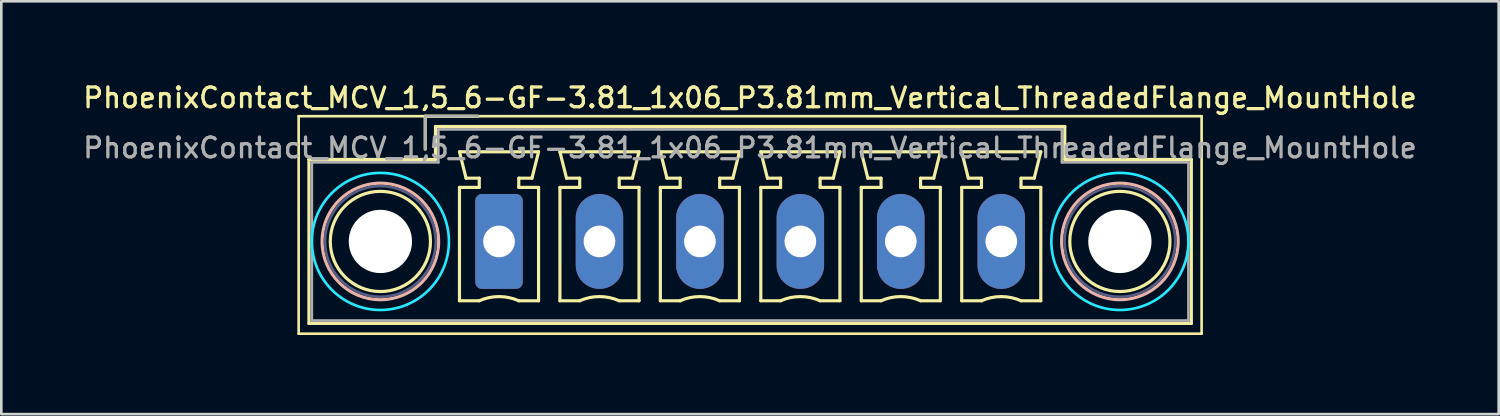
<source format=kicad_pcb>
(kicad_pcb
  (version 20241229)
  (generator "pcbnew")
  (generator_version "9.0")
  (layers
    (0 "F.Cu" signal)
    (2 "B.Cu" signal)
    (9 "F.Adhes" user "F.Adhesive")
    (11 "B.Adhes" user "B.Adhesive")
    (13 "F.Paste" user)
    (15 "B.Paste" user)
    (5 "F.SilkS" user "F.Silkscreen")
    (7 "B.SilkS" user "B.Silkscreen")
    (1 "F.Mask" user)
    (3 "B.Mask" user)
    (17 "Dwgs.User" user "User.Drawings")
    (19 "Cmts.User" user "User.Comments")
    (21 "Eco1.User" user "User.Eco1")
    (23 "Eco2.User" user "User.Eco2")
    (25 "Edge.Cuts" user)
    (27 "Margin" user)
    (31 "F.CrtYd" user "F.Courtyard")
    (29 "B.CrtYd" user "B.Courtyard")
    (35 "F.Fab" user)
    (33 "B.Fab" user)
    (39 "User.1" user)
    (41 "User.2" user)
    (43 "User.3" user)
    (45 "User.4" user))
  (footprint "PhoenixContact_MCV_1,5_6-GF-3.81_1x06_P3.81mm_Vertical_ThreadedFlange_MountHole"
    (layer "F.Cu")
    (at 15.878 6.108)
    (property "Reference" "PhoenixContact_MCV_1,5_6-GF-3.81_1x06_P3.81mm_Vertical_ThreadedFlange_MountHole" (at 9.52 -5.45 0) (layer "F.SilkS") (effects (font (size 0.75 0.75) (thickness 0.125))))
    (attr through_hole)
    (fp_line (start -7.6 -4.75) (end -7.6 3.5) (stroke (width 0.1) (type solid)) (layer "F.SilkS"))
    (fp_line (start -7.6 3.5) (end 26.65 3.5) (stroke (width 0.1) (type solid)) (layer "F.SilkS"))
    (fp_line (start -7.21 -3.11) (end -7.21 3.11) (stroke (width 0.12) (type solid)) (layer "F.SilkS"))
    (fp_line (start -7.21 3.11) (end 26.26 3.11) (stroke (width 0.12) (type solid)) (layer "F.SilkS"))
    (fp_line (start -2.8 -4.75) (end -0.8 -4.75) (stroke (width 0.12) (type solid)) (layer "F.SilkS"))
    (fp_line (start -2.8 -3.5) (end -2.8 -4.75) (stroke (width 0.12) (type solid)) (layer "F.SilkS"))
    (fp_line (start -2.41 -4.36) (end -2.41 -3.11) (stroke (width 0.12) (type solid)) (layer "F.SilkS"))
    (fp_line (start -2.41 -3.11) (end -7.21 -3.11) (stroke (width 0.12) (type solid)) (layer "F.SilkS"))
    (fp_line (start -1.5 -3.4) (end 1.5 -3.4) (stroke (width 0.12) (type solid)) (layer "F.SilkS"))
    (fp_line (start -1.5 -2.05) (end -0.75 -2.05) (stroke (width 0.12) (type solid)) (layer "F.SilkS"))
    (fp_line (start -1.5 2.25) (end -1.5 -2.05) (stroke (width 0.12) (type solid)) (layer "F.SilkS"))
    (fp_line (start -1.25 -2.4) (end -1.5 -3.4) (stroke (width 0.12) (type solid)) (layer "F.SilkS"))
    (fp_line (start -0.75 -2.4) (end -1.25 -2.4) (stroke (width 0.12) (type solid)) (layer "F.SilkS"))
    (fp_line (start -0.75 -2.05) (end -0.75 -2.4) (stroke (width 0.12) (type solid)) (layer "F.SilkS"))
    (fp_line (start -0.75 2.25) (end -1.5 2.25) (stroke (width 0.12) (type solid)) (layer "F.SilkS"))
    (fp_line (start 0.75 -2.4) (end 0.75 -2.05) (stroke (width 0.12) (type solid)) (layer "F.SilkS"))
    (fp_line (start 0.75 -2.05) (end 1.5 -2.05) (stroke (width 0.12) (type solid)) (layer "F.SilkS"))
    (fp_line (start 1.25 -2.4) (end 0.75 -2.4) (stroke (width 0.12) (type solid)) (layer "F.SilkS"))
    (fp_line (start 1.5 -3.4) (end 1.25 -2.4) (stroke (width 0.12) (type solid)) (layer "F.SilkS"))
    (fp_line (start 1.5 -2.05) (end 1.5 2.25) (stroke (width 0.12) (type solid)) (layer "F.SilkS"))
    (fp_line (start 1.5 2.25) (end 0.75 2.25) (stroke (width 0.12) (type solid)) (layer "F.SilkS"))
    (fp_line (start 2.31 -3.4) (end 5.31 -3.4) (stroke (width 0.12) (type solid)) (layer "F.SilkS"))
    (fp_line (start 2.31 -2.05) (end 3.06 -2.05) (stroke (width 0.12) (type solid)) (layer "F.SilkS"))
    (fp_line (start 2.31 2.25) (end 2.31 -2.05) (stroke (width 0.12) (type solid)) (layer "F.SilkS"))
    (fp_line (start 2.56 -2.4) (end 2.31 -3.4) (stroke (width 0.12) (type solid)) (layer "F.SilkS"))
    (fp_line (start 3.06 -2.4) (end 2.56 -2.4) (stroke (width 0.12) (type solid)) (layer "F.SilkS"))
    (fp_line (start 3.06 -2.05) (end 3.06 -2.4) (stroke (width 0.12) (type solid)) (layer "F.SilkS"))
    (fp_line (start 3.06 2.25) (end 2.31 2.25) (stroke (width 0.12) (type solid)) (layer "F.SilkS"))
    (fp_line (start 4.56 -2.4) (end 4.56 -2.05) (stroke (width 0.12) (type solid)) (layer "F.SilkS"))
    (fp_line (start 4.56 -2.05) (end 5.31 -2.05) (stroke (width 0.12) (type solid)) (layer "F.SilkS"))
    (fp_line (start 5.06 -2.4) (end 4.56 -2.4) (stroke (width 0.12) (type solid)) (layer "F.SilkS"))
    (fp_line (start 5.31 -3.4) (end 5.06 -2.4) (stroke (width 0.12) (type solid)) (layer "F.SilkS"))
    (fp_line (start 5.31 -2.05) (end 5.31 2.25) (stroke (width 0.12) (type solid)) (layer "F.SilkS"))
    (fp_line (start 5.31 2.25) (end 4.56 2.25) (stroke (width 0.12) (type solid)) (layer "F.SilkS"))
    (fp_line (start 6.12 -3.4) (end 9.12 -3.4) (stroke (width 0.12) (type solid)) (layer "F.SilkS"))
    (fp_line (start 6.12 -2.05) (end 6.87 -2.05) (stroke (width 0.12) (type solid)) (layer "F.SilkS"))
    (fp_line (start 6.12 2.25) (end 6.12 -2.05) (stroke (width 0.12) (type solid)) (layer "F.SilkS"))
    (fp_line (start 6.37 -2.4) (end 6.12 -3.4) (stroke (width 0.12) (type solid)) (layer "F.SilkS"))
    (fp_line (start 6.87 -2.4) (end 6.37 -2.4) (stroke (width 0.12) (type solid)) (layer "F.SilkS"))
    (fp_line (start 6.87 -2.05) (end 6.87 -2.4) (stroke (width 0.12) (type solid)) (layer "F.SilkS"))
    (fp_line (start 6.87 2.25) (end 6.12 2.25) (stroke (width 0.12) (type solid)) (layer "F.SilkS"))
    (fp_line (start 8.37 -2.4) (end 8.37 -2.05) (stroke (width 0.12) (type solid)) (layer "F.SilkS"))
    (fp_line (start 8.37 -2.05) (end 9.12 -2.05) (stroke (width 0.12) (type solid)) (layer "F.SilkS"))
    (fp_line (start 8.87 -2.4) (end 8.37 -2.4) (stroke (width 0.12) (type solid)) (layer "F.SilkS"))
    (fp_line (start 9.12 -3.4) (end 8.87 -2.4) (stroke (width 0.12) (type solid)) (layer "F.SilkS"))
    (fp_line (start 9.12 -2.05) (end 9.12 2.25) (stroke (width 0.12) (type solid)) (layer "F.SilkS"))
    (fp_line (start 9.12 2.25) (end 8.37 2.25) (stroke (width 0.12) (type solid)) (layer "F.SilkS"))
    (fp_line (start 9.93 -3.4) (end 12.93 -3.4) (stroke (width 0.12) (type solid)) (layer "F.SilkS"))
    (fp_line (start 9.93 -2.05) (end 10.68 -2.05) (stroke (width 0.12) (type solid)) (layer "F.SilkS"))
    (fp_line (start 9.93 2.25) (end 9.93 -2.05) (stroke (width 0.12) (type solid)) (layer "F.SilkS"))
    (fp_line (start 10.18 -2.4) (end 9.93 -3.4) (stroke (width 0.12) (type solid)) (layer "F.SilkS"))
    (fp_line (start 10.68 -2.4) (end 10.18 -2.4) (stroke (width 0.12) (type solid)) (layer "F.SilkS"))
    (fp_line (start 10.68 -2.05) (end 10.68 -2.4) (stroke (width 0.12) (type solid)) (layer "F.SilkS"))
    (fp_line (start 10.68 2.25) (end 9.93 2.25) (stroke (width 0.12) (type solid)) (layer "F.SilkS"))
    (fp_line (start 12.18 -2.4) (end 12.18 -2.05) (stroke (width 0.12) (type solid)) (layer "F.SilkS"))
    (fp_line (start 12.18 -2.05) (end 12.93 -2.05) (stroke (width 0.12) (type solid)) (layer "F.SilkS"))
    (fp_line (start 12.68 -2.4) (end 12.18 -2.4) (stroke (width 0.12) (type solid)) (layer "F.SilkS"))
    (fp_line (start 12.93 -3.4) (end 12.68 -2.4) (stroke (width 0.12) (type solid)) (layer "F.SilkS"))
    (fp_line (start 12.93 -2.05) (end 12.93 2.25) (stroke (width 0.12) (type solid)) (layer "F.SilkS"))
    (fp_line (start 12.93 2.25) (end 12.18 2.25) (stroke (width 0.12) (type solid)) (layer "F.SilkS"))
    (fp_line (start 13.74 -3.4) (end 16.74 -3.4) (stroke (width 0.12) (type solid)) (layer "F.SilkS"))
    (fp_line (start 13.74 -2.05) (end 14.49 -2.05) (stroke (width 0.12) (type solid)) (layer "F.SilkS"))
    (fp_line (start 13.74 2.25) (end 13.74 -2.05) (stroke (width 0.12) (type solid)) (layer "F.SilkS"))
    (fp_line (start 13.99 -2.4) (end 13.74 -3.4) (stroke (width 0.12) (type solid)) (layer "F.SilkS"))
    (fp_line (start 14.49 -2.4) (end 13.99 -2.4) (stroke (width 0.12) (type solid)) (layer "F.SilkS"))
    (fp_line (start 14.49 -2.05) (end 14.49 -2.4) (stroke (width 0.12) (type solid)) (layer "F.SilkS"))
    (fp_line (start 14.49 2.25) (end 13.74 2.25) (stroke (width 0.12) (type solid)) (layer "F.SilkS"))
    (fp_line (start 15.99 -2.4) (end 15.99 -2.05) (stroke (width 0.12) (type solid)) (layer "F.SilkS"))
    (fp_line (start 15.99 -2.05) (end 16.74 -2.05) (stroke (width 0.12) (type solid)) (layer "F.SilkS"))
    (fp_line (start 16.49 -2.4) (end 15.99 -2.4) (stroke (width 0.12) (type solid)) (layer "F.SilkS"))
    (fp_line (start 16.74 -3.4) (end 16.49 -2.4) (stroke (width 0.12) (type solid)) (layer "F.SilkS"))
    (fp_line (start 16.74 -2.05) (end 16.74 2.25) (stroke (width 0.12) (type solid)) (layer "F.SilkS"))
    (fp_line (start 16.74 2.25) (end 15.99 2.25) (stroke (width 0.12) (type solid)) (layer "F.SilkS"))
    (fp_line (start 17.55 -3.4) (end 20.55 -3.4) (stroke (width 0.12) (type solid)) (layer "F.SilkS"))
    (fp_line (start 17.55 -2.05) (end 18.3 -2.05) (stroke (width 0.12) (type solid)) (layer "F.SilkS"))
    (fp_line (start 17.55 2.25) (end 17.55 -2.05) (stroke (width 0.12) (type solid)) (layer "F.SilkS"))
    (fp_line (start 17.8 -2.4) (end 17.55 -3.4) (stroke (width 0.12) (type solid)) (layer "F.SilkS"))
    (fp_line (start 18.3 -2.4) (end 17.8 -2.4) (stroke (width 0.12) (type solid)) (layer "F.SilkS"))
    (fp_line (start 18.3 -2.05) (end 18.3 -2.4) (stroke (width 0.12) (type solid)) (layer "F.SilkS"))
    (fp_line (start 18.3 2.25) (end 17.55 2.25) (stroke (width 0.12) (type solid)) (layer "F.SilkS"))
    (fp_line (start 19.8 -2.4) (end 19.8 -2.05) (stroke (width 0.12) (type solid)) (layer "F.SilkS"))
    (fp_line (start 19.8 -2.05) (end 20.55 -2.05) (stroke (width 0.12) (type solid)) (layer "F.SilkS"))
    (fp_line (start 20.3 -2.4) (end 19.8 -2.4) (stroke (width 0.12) (type solid)) (layer "F.SilkS"))
    (fp_line (start 20.55 -3.4) (end 20.3 -2.4) (stroke (width 0.12) (type solid)) (layer "F.SilkS"))
    (fp_line (start 20.55 -2.05) (end 20.55 2.25) (stroke (width 0.12) (type solid)) (layer "F.SilkS"))
    (fp_line (start 20.55 2.25) (end 19.8 2.25) (stroke (width 0.12) (type solid)) (layer "F.SilkS"))
    (fp_line (start 21.46 -4.36) (end -2.41 -4.36) (stroke (width 0.12) (type solid)) (layer "F.SilkS"))
    (fp_line (start 21.46 -3.11) (end 21.46 -4.36) (stroke (width 0.12) (type solid)) (layer "F.SilkS"))
    (fp_line (start 26.26 -3.11) (end 21.46 -3.11) (stroke (width 0.12) (type solid)) (layer "F.SilkS"))
    (fp_line (start 26.26 3.11) (end 26.26 -3.11) (stroke (width 0.12) (type solid)) (layer "F.SilkS"))
    (fp_line (start 26.65 -4.75) (end -7.6 -4.75) (stroke (width 0.1) (type solid)) (layer "F.SilkS"))
    (fp_line (start 26.65 3.5) (end 26.65 -4.75) (stroke (width 0.1) (type solid)) (layer "F.SilkS"))
    (fp_arc (start -0.75 2.25) (mid -0.000193 2.09191) (end 0.749647 2.249844) (stroke (width 0.12) (type solid)) (layer "F.SilkS"))
    (fp_arc (start 3.06 2.25) (mid 3.809807 2.09191) (end 4.559647 2.249844) (stroke (width 0.12) (type solid)) (layer "F.SilkS"))
    (fp_arc (start 6.87 2.25) (mid 7.619807 2.09191) (end 8.369647 2.249844) (stroke (width 0.12) (type solid)) (layer "F.SilkS"))
    (fp_arc (start 10.68 2.25) (mid 11.429807 2.09191) (end 12.179647 2.249844) (stroke (width 0.12) (type solid)) (layer "F.SilkS"))
    (fp_arc (start 14.49 2.25) (mid 15.239807 2.09191) (end 15.989647 2.249844) (stroke (width 0.12) (type solid)) (layer "F.SilkS"))
    (fp_arc (start 18.3 2.25) (mid 19.049807 2.09191) (end 19.799647 2.249844) (stroke (width 0.12) (type solid)) (layer "F.SilkS"))
    (fp_circle (center -4.5 0) (end -2.6 0) (stroke (width 0.12) (type solid)) (fill no) (layer "F.SilkS"))
    (fp_circle (center 23.55 0) (end 25.45 0) (stroke (width 0.12) (type solid)) (fill no) (layer "F.SilkS"))
    (fp_circle (center -4.5 0) (end -2.29 0) (stroke (width 0.12) (type solid)) (fill no) (layer "B.SilkS"))
    (fp_circle (center 23.55 0) (end 25.76 0) (stroke (width 0.12) (type solid)) (fill no) (layer "B.SilkS"))
    (fp_circle (center -4.5 0) (end -1.9 0) (stroke (width 0.1) (type solid)) (fill no) (layer "B.CrtYd"))
    (fp_circle (center 23.55 0) (end 26.15 0) (stroke (width 0.1) (type solid)) (fill no) (layer "B.CrtYd"))
    (fp_circle (center -4.5 0) (end -2.4 0) (stroke (width 0.1) (type solid)) (fill no) (layer "B.Fab"))
    (fp_circle (center 23.55 0) (end 25.65 0) (stroke (width 0.1) (type solid)) (fill no) (layer "B.Fab"))
    (fp_line (start -7.1 -3) (end -7.1 3) (stroke (width 0.1) (type solid)) (layer "F.Fab"))
    (fp_line (start -7.1 3) (end 26.15 3) (stroke (width 0.1) (type solid)) (layer "F.Fab"))
    (fp_line (start -2.8 -4.75) (end -0.8 -4.75) (stroke (width 0.1) (type solid)) (layer "F.Fab"))
    (fp_line (start -2.8 -3.5) (end -2.8 -4.75) (stroke (width 0.1) (type solid)) (layer "F.Fab"))
    (fp_line (start -2.3 -4.25) (end -2.3 -3) (stroke (width 0.1) (type solid)) (layer "F.Fab"))
    (fp_line (start -2.3 -3) (end -7.1 -3) (stroke (width 0.1) (type solid)) (layer "F.Fab"))
    (fp_line (start 21.35 -4.25) (end -2.3 -4.25) (stroke (width 0.1) (type solid)) (layer "F.Fab"))
    (fp_line (start 21.35 -3) (end 21.35 -4.25) (stroke (width 0.1) (type solid)) (layer "F.Fab"))
    (fp_line (start 26.15 -3) (end 21.35 -3) (stroke (width 0.1) (type solid)) (layer "F.Fab"))
    (fp_line (start 26.15 3) (end 26.15 -3) (stroke (width 0.1) (type solid)) (layer "F.Fab"))
    (fp_text user "${REFERENCE}" (at 9.52 -3.55 0) (layer "F.Fab") (effects (font (size 0.75 0.75) (thickness 0.125))))
    (pad "" np_thru_hole circle (at -4.5 0) (size 2.4 2.4) (drill 2.4) (layers "*.Cu" "*.Mask"))
    (pad "" np_thru_hole circle (at 23.55 0) (size 2.4 2.4) (drill 2.4) (layers "*.Cu" "*.Mask"))
    (pad "1" thru_hole roundrect (at 0 0) (size 1.8 3.6) (drill 1.2) (layers "*.Cu" "*.Mask") (roundrect_rratio 0.139))
    (pad "2" thru_hole oval (at 3.81 0) (size 1.8 3.6) (drill 1.2) (layers "*.Cu" "*.Mask"))
    (pad "3" thru_hole oval (at 7.62 0) (size 1.8 3.6) (drill 1.2) (layers "*.Cu" "*.Mask"))
    (pad "4" thru_hole oval (at 11.43 0) (size 1.8 3.6) (drill 1.2) (layers "*.Cu" "*.Mask"))
    (pad "5" thru_hole oval (at 15.24 0) (size 1.8 3.6) (drill 1.2) (layers "*.Cu" "*.Mask"))
    (pad "6" thru_hole oval (at 19.05 0) (size 1.8 3.6) (drill 1.2) (layers "*.Cu" "*.Mask")))
  (gr_rect
    (start -3 -3)
    (end 53.796 12.658)
    (stroke (width 0.1) (type default))
    (fill no)
    (layer "Edge.Cuts")))
</source>
